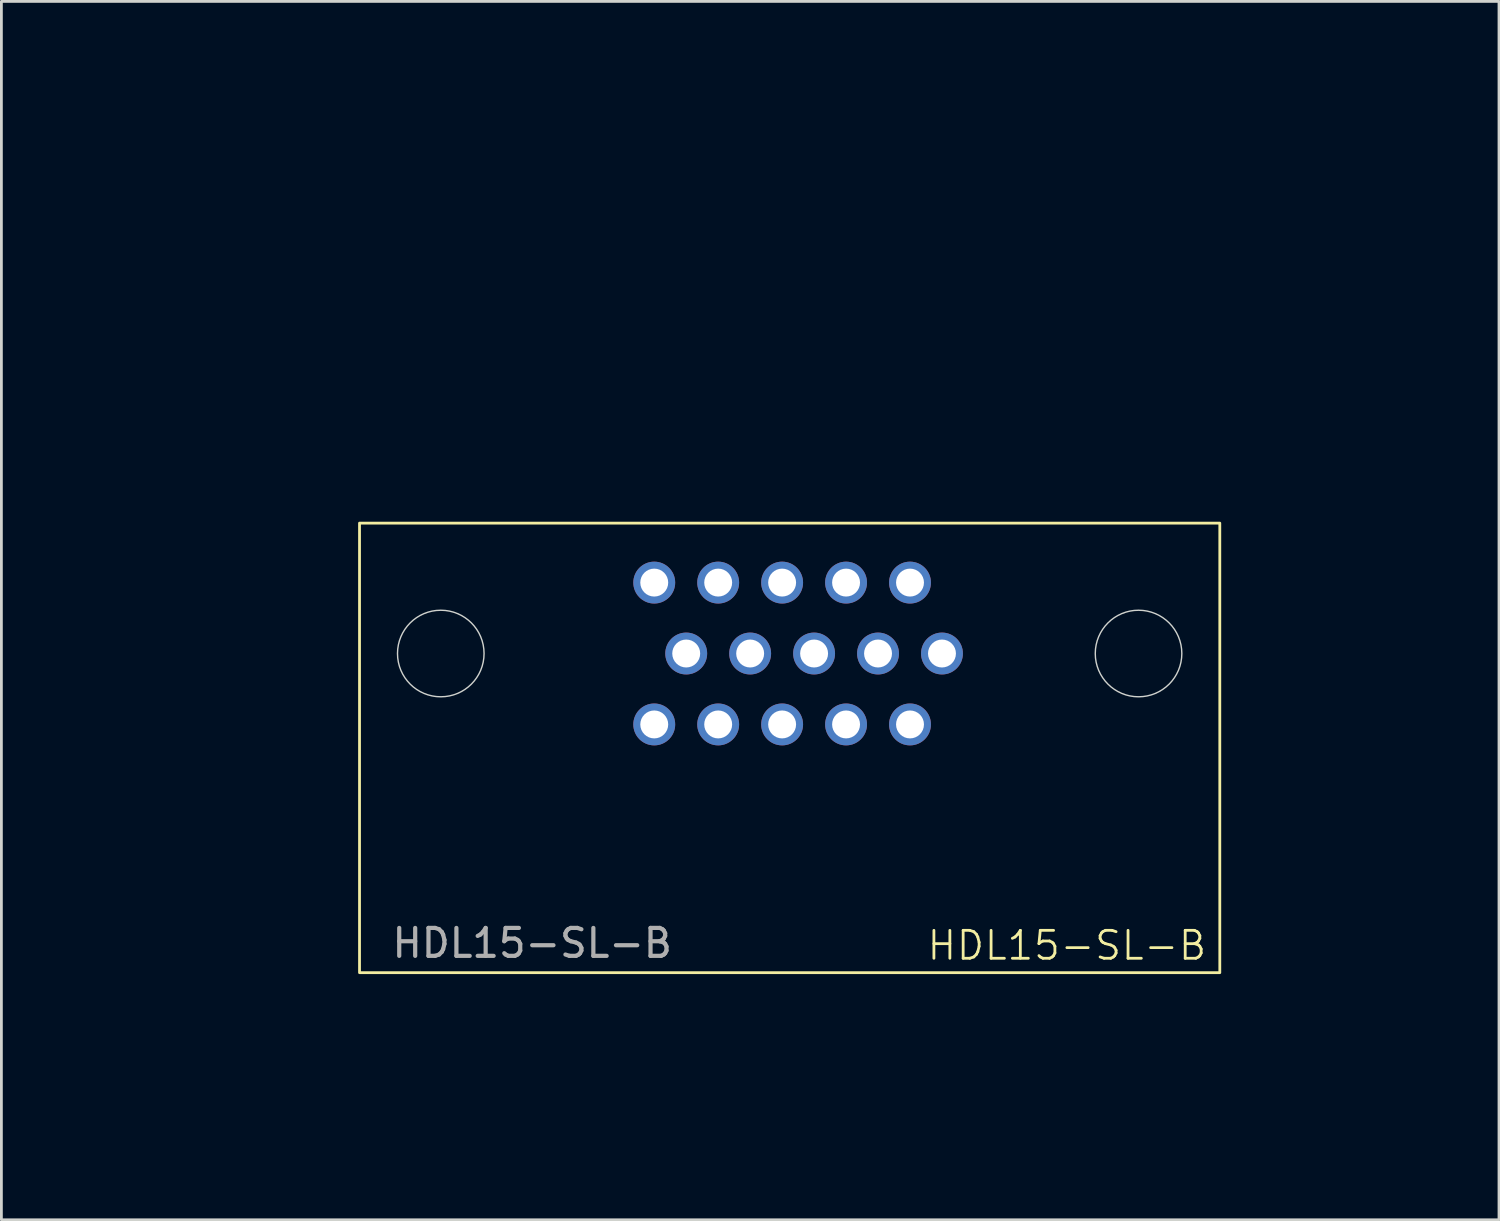
<source format=kicad_pcb>
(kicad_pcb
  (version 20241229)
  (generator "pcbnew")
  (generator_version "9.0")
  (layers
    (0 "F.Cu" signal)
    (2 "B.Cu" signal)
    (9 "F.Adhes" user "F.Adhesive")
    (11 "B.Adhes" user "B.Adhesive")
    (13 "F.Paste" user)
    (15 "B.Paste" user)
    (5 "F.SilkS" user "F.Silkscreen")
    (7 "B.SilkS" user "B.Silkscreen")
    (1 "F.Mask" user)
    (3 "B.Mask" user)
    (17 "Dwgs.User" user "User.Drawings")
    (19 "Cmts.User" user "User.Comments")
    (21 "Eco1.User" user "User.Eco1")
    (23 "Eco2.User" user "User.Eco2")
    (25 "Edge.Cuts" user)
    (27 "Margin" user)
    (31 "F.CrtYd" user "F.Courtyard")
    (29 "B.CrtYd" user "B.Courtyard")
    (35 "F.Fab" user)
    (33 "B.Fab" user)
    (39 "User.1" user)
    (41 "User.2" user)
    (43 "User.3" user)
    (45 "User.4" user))
  (footprint "HDL15-SL-B"
    (layer "F.Cu")
    (at 29.632 23.754)
    (property "Reference" "HDL15-SL-B" (at 5.527 7.058 0) (unlocked yes) (layer "F.SilkS") (effects (font (size 1 1) (thickness 0.1))))
    (attr smd)
    (fp_rect (start -19.806 -8.069) (end 11.004 8.031) (stroke (width 0.1) (type solid)) (fill no) (layer "F.SilkS"))
    (fp_circle (center -16.896 -3.399) (end -15.346 -3.399) (stroke (width 0.05) (type solid)) (fill no) (layer "Edge.Cuts"))
    (fp_circle (center 8.094 -3.399) (end 9.644 -3.399) (stroke (width 0.05) (type solid)) (fill no) (layer "Edge.Cuts"))
    (fp_rect (start -12.566 8.031) (end 3.764 13.831) (stroke (width 0.1) (type solid)) (fill no) (layer "User.1"))
    (fp_text user "${REFERENCE}" (at -13.622 6.974 0) (unlocked yes) (layer "F.Fab") (effects (font (size 1 1) (thickness 0.15))))
    (dimension (type orthogonal) (layer "Margin") (pts (xy 20.381 17.815) (xy 21.526 20.355)) (height -15.817) (orientation 0) (format (prefix "") (suffix "") (units 3) (units_format 0) (precision 4) (suppress_zeroes yes)) (style (thickness 0.1) (arrow_length 1.27) (text_position_mode 0) (arrow_direction outward) (extension_height 0.586) (extension_offset 0.5) (keep_text_aligned yes)) (gr_text "1.145" (at 20.953 0.848 0) (layer "Margin") (effects (font (size 1 1) (thickness 0.15)))))
    (dimension (type orthogonal) (layer "Margin") (pts (xy 20.381 17.815) (xy 20.793 31.784)) (height 25.66) (orientation 1) (format (prefix "") (suffix "") (units 3) (units_format 0) (precision 4) (suppress_zeroes yes)) (style (thickness 0.1) (arrow_length 1.27) (text_position_mode 0) (arrow_direction outward) (extension_height 0.586) (extension_offset 0.5) (keep_text_aligned yes)) (gr_text "13.969" (at 44.891 24.8 90) (layer "Margin") (effects (font (size 1 1) (thickness 0.15)))))
    (dimension (type orthogonal) (layer "Margin") (pts (xy 21.526 20.355) (xy 20.381 22.895)) (height -18.584) (orientation 1) (format (prefix "") (suffix "") (units 3) (units_format 0) (precision 4) (suppress_zeroes yes)) (style (thickness 0.1) (arrow_length 1.27) (text_position_mode 0) (arrow_direction outward) (extension_height 0.586) (extension_offset 0.5) (keep_text_aligned yes)) (gr_text "2.54" (at 1.792 21.625 90) (layer "Margin") (effects (font (size 1 1) (thickness 0.15)))))
    (dimension (type orthogonal) (layer "Margin") (pts (xy 30.686 20.355) (xy 37.726 20.355)) (height -16.667) (orientation 0) (format (prefix "") (suffix "") (units 3) (units_format 0) (precision 4) (suppress_zeroes yes)) (style (thickness 0.1) (arrow_length 1.27) (text_position_mode 0) (arrow_direction outward) (extension_height 0.586) (extension_offset 0.5) (keep_text_aligned yes)) (gr_text "7.04" (at 34.206 2.538 0) (layer "Margin") (effects (font (size 1 1) (thickness 0.15)))))
    (dimension (type orthogonal) (layer "Margin") (pts (xy 27.251 17.815) (xy 29.541 17.815)) (height -15.649) (orientation 0) (format (prefix "") (suffix "") (units 3) (units_format 0) (precision 4) (suppress_zeroes yes)) (style (thickness 0.1) (arrow_length 1.27) (text_position_mode 0) (arrow_direction outward) (extension_height 0.586) (extension_offset 0.5) (keep_text_aligned yes)) (gr_text "2.29" (at 28.396 1.016 0) (layer "Margin") (effects (font (size 1 1) (thickness 0.15)))))
    (pad "1" thru_hole circle (at -9.251 -5.939) (size 1.5 1.5) (drill 1) (layers "*.Cu" "F.Mask"))
    (pad "2" thru_hole circle (at -6.961 -5.939) (size 1.5 1.5) (drill 1) (layers "*.Cu" "F.Mask"))
    (pad "3" thru_hole circle (at -4.671 -5.939) (size 1.5 1.5) (drill 1) (layers "*.Cu" "F.Mask"))
    (pad "4" thru_hole circle (at -2.381 -5.939) (size 1.5 1.5) (drill 1) (layers "*.Cu" "F.Mask"))
    (pad "5" thru_hole circle (at -0.091 -5.939) (size 1.5 1.5) (drill 1) (layers "*.Cu" "F.Mask"))
    (pad "6" thru_hole circle (at -8.106 -3.399) (size 1.5 1.5) (drill 1) (layers "*.Cu" "F.Mask"))
    (pad "7" thru_hole circle (at -5.816 -3.399) (size 1.5 1.5) (drill 1) (layers "*.Cu" "F.Mask"))
    (pad "8" thru_hole circle (at -3.526 -3.399) (size 1.5 1.5) (drill 1) (layers "*.Cu" "F.Mask"))
    (pad "9" thru_hole circle (at -1.236 -3.399) (size 1.5 1.5) (drill 1) (layers "*.Cu" "F.Mask"))
    (pad "10" thru_hole circle (at 1.054 -3.399) (size 1.5 1.5) (drill 1) (layers "*.Cu" "F.Mask"))
    (pad "11" thru_hole circle (at -9.251 -0.859) (size 1.5 1.5) (drill 1) (layers "*.Cu" "F.Mask"))
    (pad "12" thru_hole circle (at -6.961 -0.859) (size 1.5 1.5) (drill 1) (layers "*.Cu" "F.Mask"))
    (pad "13" thru_hole circle (at -4.671 -0.859) (size 1.5 1.5) (drill 1) (layers "*.Cu" "F.Mask"))
    (pad "14" thru_hole circle (at -2.381 -0.859) (size 1.5 1.5) (drill 1) (layers "*.Cu" "F.Mask"))
    (pad "15" thru_hole circle (at -0.091 -0.859) (size 1.5 1.5) (drill 1) (layers "*.Cu" "F.Mask")))
  (gr_rect
    (start -3 -3)
    (end 50.635 40.635)
    (stroke (width 0.1) (type default))
    (fill no)
    (layer "Edge.Cuts")))
</source>
